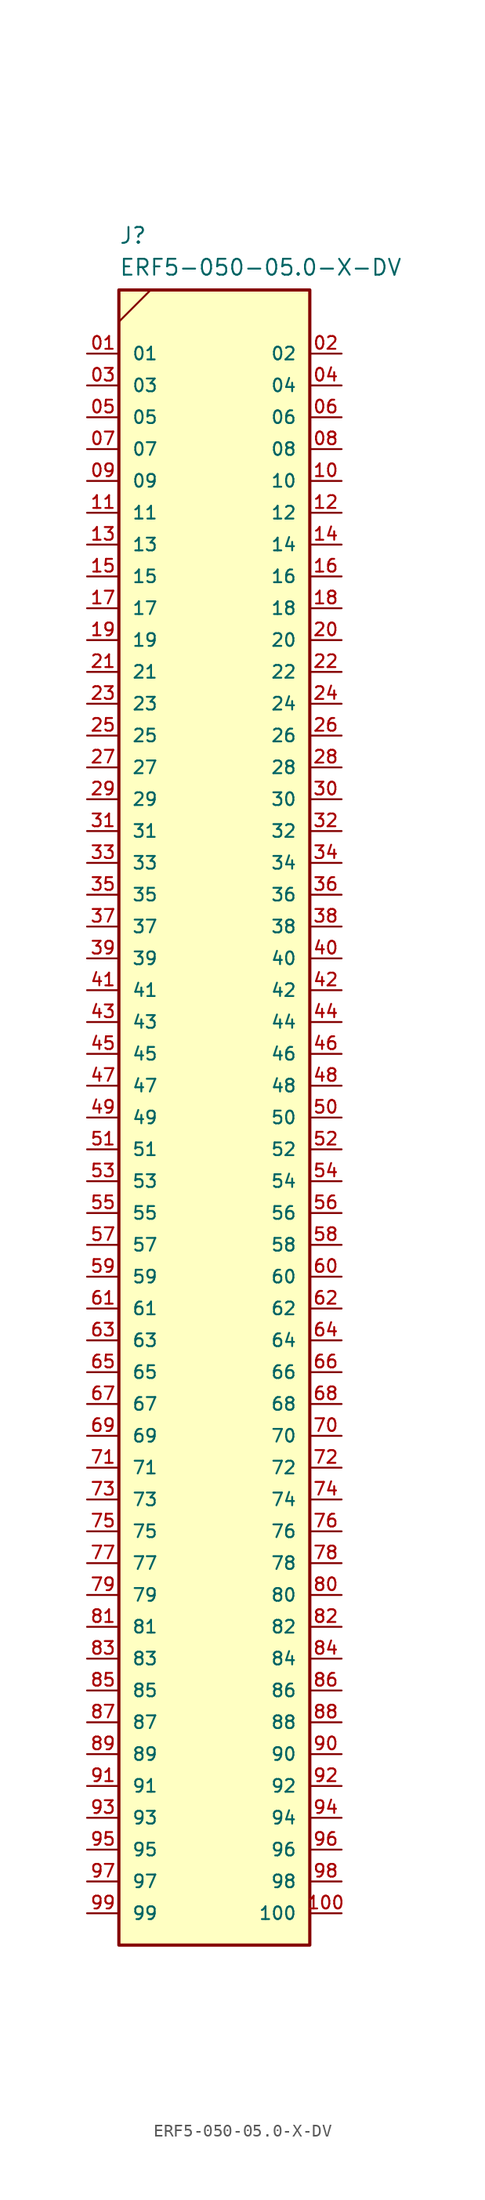
<source format=kicad_sym>
(kicad_symbol_lib
  (version 20241209)
  (generator "kicad_symbol_editor")
  (generator_version "9.0")
  (symbol "ERF5-050-05.0-X-DV"
    (pin_names
      (offset 1.016))
    (property "Reference" "J"
      (at 2.54 10.16 0)
      (effects (font (size 1.27 1.27)) (justify left top)))
    (property "Value" "ERF5-050-05.0-X-DV"
      (at 2.54 7.62 0)
      (effects (font (size 1.27 1.27)) (justify left top)))
    (symbol "ERF5-050-05.0-X-DV_0_0"
      (rectangle (start 2.54 5.08) (end 17.78 -127) (stroke (width 0.254) (type default)) (fill (type background)))
      (pin passive line (at 0 0 0) (length 2.54) (name "01" (effects (font (size 1.016 1.016)))) (number "01" (effects (font (size 1.016 1.016)))))
      (pin passive line (at 0 -2.54 0) (length 2.54) (name "03" (effects (font (size 1.016 1.016)))) (number "03" (effects (font (size 1.016 1.016)))))
      (pin passive line (at 0 -5.08 0) (length 2.54) (name "05" (effects (font (size 1.016 1.016)))) (number "05" (effects (font (size 1.016 1.016)))))
      (pin passive line (at 0 -7.62 0) (length 2.54) (name "07" (effects (font (size 1.016 1.016)))) (number "07" (effects (font (size 1.016 1.016)))))
      (pin passive line (at 0 -10.16 0) (length 2.54) (name "09" (effects (font (size 1.016 1.016)))) (number "09" (effects (font (size 1.016 1.016)))))
      (pin passive line (at 0 -12.7 0) (length 2.54) (name "11" (effects (font (size 1.016 1.016)))) (number "11" (effects (font (size 1.016 1.016)))))
      (pin passive line (at 0 -15.24 0) (length 2.54) (name "13" (effects (font (size 1.016 1.016)))) (number "13" (effects (font (size 1.016 1.016)))))
      (pin passive line (at 0 -17.78 0) (length 2.54) (name "15" (effects (font (size 1.016 1.016)))) (number "15" (effects (font (size 1.016 1.016)))))
      (pin passive line (at 0 -20.32 0) (length 2.54) (name "17" (effects (font (size 1.016 1.016)))) (number "17" (effects (font (size 1.016 1.016)))))
      (pin passive line (at 0 -22.86 0) (length 2.54) (name "19" (effects (font (size 1.016 1.016)))) (number "19" (effects (font (size 1.016 1.016)))))
      (pin passive line (at 0 -25.4 0) (length 2.54) (name "21" (effects (font (size 1.016 1.016)))) (number "21" (effects (font (size 1.016 1.016)))))
      (pin passive line (at 0 -27.94 0) (length 2.54) (name "23" (effects (font (size 1.016 1.016)))) (number "23" (effects (font (size 1.016 1.016)))))
      (pin passive line (at 0 -30.48 0) (length 2.54) (name "25" (effects (font (size 1.016 1.016)))) (number "25" (effects (font (size 1.016 1.016)))))
      (pin passive line (at 0 -33.02 0) (length 2.54) (name "27" (effects (font (size 1.016 1.016)))) (number "27" (effects (font (size 1.016 1.016)))))
      (pin passive line (at 0 -35.56 0) (length 2.54) (name "29" (effects (font (size 1.016 1.016)))) (number "29" (effects (font (size 1.016 1.016)))))
      (pin passive line (at 0 -38.1 0) (length 2.54) (name "31" (effects (font (size 1.016 1.016)))) (number "31" (effects (font (size 1.016 1.016)))))
      (pin passive line (at 0 -40.64 0) (length 2.54) (name "33" (effects (font (size 1.016 1.016)))) (number "33" (effects (font (size 1.016 1.016)))))
      (pin passive line (at 0 -43.18 0) (length 2.54) (name "35" (effects (font (size 1.016 1.016)))) (number "35" (effects (font (size 1.016 1.016)))))
      (pin passive line (at 0 -45.72 0) (length 2.54) (name "37" (effects (font (size 1.016 1.016)))) (number "37" (effects (font (size 1.016 1.016)))))
      (pin passive line (at 0 -48.26 0) (length 2.54) (name "39" (effects (font (size 1.016 1.016)))) (number "39" (effects (font (size 1.016 1.016)))))
      (pin passive line (at 0 -50.8 0) (length 2.54) (name "41" (effects (font (size 1.016 1.016)))) (number "41" (effects (font (size 1.016 1.016)))))
      (pin passive line (at 0 -53.34 0) (length 2.54) (name "43" (effects (font (size 1.016 1.016)))) (number "43" (effects (font (size 1.016 1.016)))))
      (pin passive line (at 0 -55.88 0) (length 2.54) (name "45" (effects (font (size 1.016 1.016)))) (number "45" (effects (font (size 1.016 1.016)))))
      (pin passive line (at 0 -58.42 0) (length 2.54) (name "47" (effects (font (size 1.016 1.016)))) (number "47" (effects (font (size 1.016 1.016)))))
      (pin passive line (at 0 -60.96 0) (length 2.54) (name "49" (effects (font (size 1.016 1.016)))) (number "49" (effects (font (size 1.016 1.016)))))
      (pin passive line (at 0 -63.5 0) (length 2.54) (name "51" (effects (font (size 1.016 1.016)))) (number "51" (effects (font (size 1.016 1.016)))))
      (pin passive line (at 0 -66.04 0) (length 2.54) (name "53" (effects (font (size 1.016 1.016)))) (number "53" (effects (font (size 1.016 1.016)))))
      (pin passive line (at 0 -68.58 0) (length 2.54) (name "55" (effects (font (size 1.016 1.016)))) (number "55" (effects (font (size 1.016 1.016)))))
      (pin passive line (at 0 -71.12 0) (length 2.54) (name "57" (effects (font (size 1.016 1.016)))) (number "57" (effects (font (size 1.016 1.016)))))
      (pin passive line (at 0 -73.66 0) (length 2.54) (name "59" (effects (font (size 1.016 1.016)))) (number "59" (effects (font (size 1.016 1.016)))))
      (pin passive line (at 0 -76.2 0) (length 2.54) (name "61" (effects (font (size 1.016 1.016)))) (number "61" (effects (font (size 1.016 1.016)))))
      (pin passive line (at 0 -78.74 0) (length 2.54) (name "63" (effects (font (size 1.016 1.016)))) (number "63" (effects (font (size 1.016 1.016)))))
      (pin passive line (at 0 -81.28 0) (length 2.54) (name "65" (effects (font (size 1.016 1.016)))) (number "65" (effects (font (size 1.016 1.016)))))
      (pin passive line (at 0 -83.82 0) (length 2.54) (name "67" (effects (font (size 1.016 1.016)))) (number "67" (effects (font (size 1.016 1.016)))))
      (pin passive line (at 0 -86.36 0) (length 2.54) (name "69" (effects (font (size 1.016 1.016)))) (number "69" (effects (font (size 1.016 1.016)))))
      (pin passive line (at 0 -88.9 0) (length 2.54) (name "71" (effects (font (size 1.016 1.016)))) (number "71" (effects (font (size 1.016 1.016)))))
      (pin passive line (at 0 -91.44 0) (length 2.54) (name "73" (effects (font (size 1.016 1.016)))) (number "73" (effects (font (size 1.016 1.016)))))
      (pin passive line (at 0 -93.98 0) (length 2.54) (name "75" (effects (font (size 1.016 1.016)))) (number "75" (effects (font (size 1.016 1.016)))))
      (pin passive line (at 0 -96.52 0) (length 2.54) (name "77" (effects (font (size 1.016 1.016)))) (number "77" (effects (font (size 1.016 1.016)))))
      (pin passive line (at 0 -99.06 0) (length 2.54) (name "79" (effects (font (size 1.016 1.016)))) (number "79" (effects (font (size 1.016 1.016)))))
      (pin passive line (at 0 -101.6 0) (length 2.54) (name "81" (effects (font (size 1.016 1.016)))) (number "81" (effects (font (size 1.016 1.016)))))
      (pin passive line (at 0 -104.14 0) (length 2.54) (name "83" (effects (font (size 1.016 1.016)))) (number "83" (effects (font (size 1.016 1.016)))))
      (pin passive line (at 0 -106.68 0) (length 2.54) (name "85" (effects (font (size 1.016 1.016)))) (number "85" (effects (font (size 1.016 1.016)))))
      (pin passive line (at 0 -109.22 0) (length 2.54) (name "87" (effects (font (size 1.016 1.016)))) (number "87" (effects (font (size 1.016 1.016)))))
      (pin passive line (at 0 -111.76 0) (length 2.54) (name "89" (effects (font (size 1.016 1.016)))) (number "89" (effects (font (size 1.016 1.016)))))
      (pin passive line (at 0 -114.3 0) (length 2.54) (name "91" (effects (font (size 1.016 1.016)))) (number "91" (effects (font (size 1.016 1.016)))))
      (pin passive line (at 0 -116.84 0) (length 2.54) (name "93" (effects (font (size 1.016 1.016)))) (number "93" (effects (font (size 1.016 1.016)))))
      (pin passive line (at 0 -119.38 0) (length 2.54) (name "95" (effects (font (size 1.016 1.016)))) (number "95" (effects (font (size 1.016 1.016)))))
      (pin passive line (at 0 -121.92 0) (length 2.54) (name "97" (effects (font (size 1.016 1.016)))) (number "97" (effects (font (size 1.016 1.016)))))
      (pin passive line (at 0 -124.46 0) (length 2.54) (name "99" (effects (font (size 1.016 1.016)))) (number "99" (effects (font (size 1.016 1.016)))))
      (pin passive line (at 20.32 0 180) (length 2.54) (name "02" (effects (font (size 1.016 1.016)))) (number "02" (effects (font (size 1.016 1.016)))))
      (pin passive line (at 20.32 -2.54 180) (length 2.54) (name "04" (effects (font (size 1.016 1.016)))) (number "04" (effects (font (size 1.016 1.016)))))
      (pin passive line (at 20.32 -5.08 180) (length 2.54) (name "06" (effects (font (size 1.016 1.016)))) (number "06" (effects (font (size 1.016 1.016)))))
      (pin passive line (at 20.32 -7.62 180) (length 2.54) (name "08" (effects (font (size 1.016 1.016)))) (number "08" (effects (font (size 1.016 1.016)))))
      (pin passive line (at 20.32 -10.16 180) (length 2.54) (name "10" (effects (font (size 1.016 1.016)))) (number "10" (effects (font (size 1.016 1.016)))))
      (pin passive line (at 20.32 -12.7 180) (length 2.54) (name "12" (effects (font (size 1.016 1.016)))) (number "12" (effects (font (size 1.016 1.016)))))
      (pin passive line (at 20.32 -15.24 180) (length 2.54) (name "14" (effects (font (size 1.016 1.016)))) (number "14" (effects (font (size 1.016 1.016)))))
      (pin passive line (at 20.32 -17.78 180) (length 2.54) (name "16" (effects (font (size 1.016 1.016)))) (number "16" (effects (font (size 1.016 1.016)))))
      (pin passive line (at 20.32 -20.32 180) (length 2.54) (name "18" (effects (font (size 1.016 1.016)))) (number "18" (effects (font (size 1.016 1.016)))))
      (pin passive line (at 20.32 -22.86 180) (length 2.54) (name "20" (effects (font (size 1.016 1.016)))) (number "20" (effects (font (size 1.016 1.016)))))
      (pin passive line (at 20.32 -25.4 180) (length 2.54) (name "22" (effects (font (size 1.016 1.016)))) (number "22" (effects (font (size 1.016 1.016)))))
      (pin passive line (at 20.32 -27.94 180) (length 2.54) (name "24" (effects (font (size 1.016 1.016)))) (number "24" (effects (font (size 1.016 1.016)))))
      (pin passive line (at 20.32 -30.48 180) (length 2.54) (name "26" (effects (font (size 1.016 1.016)))) (number "26" (effects (font (size 1.016 1.016)))))
      (pin passive line (at 20.32 -33.02 180) (length 2.54) (name "28" (effects (font (size 1.016 1.016)))) (number "28" (effects (font (size 1.016 1.016)))))
      (pin passive line (at 20.32 -35.56 180) (length 2.54) (name "30" (effects (font (size 1.016 1.016)))) (number "30" (effects (font (size 1.016 1.016)))))
      (pin passive line (at 20.32 -38.1 180) (length 2.54) (name "32" (effects (font (size 1.016 1.016)))) (number "32" (effects (font (size 1.016 1.016)))))
      (pin passive line (at 20.32 -40.64 180) (length 2.54) (name "34" (effects (font (size 1.016 1.016)))) (number "34" (effects (font (size 1.016 1.016)))))
      (pin passive line (at 20.32 -43.18 180) (length 2.54) (name "36" (effects (font (size 1.016 1.016)))) (number "36" (effects (font (size 1.016 1.016)))))
      (pin passive line (at 20.32 -45.72 180) (length 2.54) (name "38" (effects (font (size 1.016 1.016)))) (number "38" (effects (font (size 1.016 1.016)))))
      (pin passive line (at 20.32 -48.26 180) (length 2.54) (name "40" (effects (font (size 1.016 1.016)))) (number "40" (effects (font (size 1.016 1.016)))))
      (pin passive line (at 20.32 -50.8 180) (length 2.54) (name "42" (effects (font (size 1.016 1.016)))) (number "42" (effects (font (size 1.016 1.016)))))
      (pin passive line (at 20.32 -53.34 180) (length 2.54) (name "44" (effects (font (size 1.016 1.016)))) (number "44" (effects (font (size 1.016 1.016)))))
      (pin passive line (at 20.32 -55.88 180) (length 2.54) (name "46" (effects (font (size 1.016 1.016)))) (number "46" (effects (font (size 1.016 1.016)))))
      (pin passive line (at 20.32 -58.42 180) (length 2.54) (name "48" (effects (font (size 1.016 1.016)))) (number "48" (effects (font (size 1.016 1.016)))))
      (pin passive line (at 20.32 -60.96 180) (length 2.54) (name "50" (effects (font (size 1.016 1.016)))) (number "50" (effects (font (size 1.016 1.016)))))
      (pin passive line (at 20.32 -63.5 180) (length 2.54) (name "52" (effects (font (size 1.016 1.016)))) (number "52" (effects (font (size 1.016 1.016)))))
      (pin passive line (at 20.32 -66.04 180) (length 2.54) (name "54" (effects (font (size 1.016 1.016)))) (number "54" (effects (font (size 1.016 1.016)))))
      (pin passive line (at 20.32 -68.58 180) (length 2.54) (name "56" (effects (font (size 1.016 1.016)))) (number "56" (effects (font (size 1.016 1.016)))))
      (pin passive line (at 20.32 -71.12 180) (length 2.54) (name "58" (effects (font (size 1.016 1.016)))) (number "58" (effects (font (size 1.016 1.016)))))
      (pin passive line (at 20.32 -73.66 180) (length 2.54) (name "60" (effects (font (size 1.016 1.016)))) (number "60" (effects (font (size 1.016 1.016)))))
      (pin passive line (at 20.32 -76.2 180) (length 2.54) (name "62" (effects (font (size 1.016 1.016)))) (number "62" (effects (font (size 1.016 1.016)))))
      (pin passive line (at 20.32 -78.74 180) (length 2.54) (name "64" (effects (font (size 1.016 1.016)))) (number "64" (effects (font (size 1.016 1.016)))))
      (pin passive line (at 20.32 -81.28 180) (length 2.54) (name "66" (effects (font (size 1.016 1.016)))) (number "66" (effects (font (size 1.016 1.016)))))
      (pin passive line (at 20.32 -83.82 180) (length 2.54) (name "68" (effects (font (size 1.016 1.016)))) (number "68" (effects (font (size 1.016 1.016)))))
      (pin passive line (at 20.32 -86.36 180) (length 2.54) (name "70" (effects (font (size 1.016 1.016)))) (number "70" (effects (font (size 1.016 1.016)))))
      (pin passive line (at 20.32 -88.9 180) (length 2.54) (name "72" (effects (font (size 1.016 1.016)))) (number "72" (effects (font (size 1.016 1.016)))))
      (pin passive line (at 20.32 -91.44 180) (length 2.54) (name "74" (effects (font (size 1.016 1.016)))) (number "74" (effects (font (size 1.016 1.016)))))
      (pin passive line (at 20.32 -93.98 180) (length 2.54) (name "76" (effects (font (size 1.016 1.016)))) (number "76" (effects (font (size 1.016 1.016)))))
      (pin passive line (at 20.32 -96.52 180) (length 2.54) (name "78" (effects (font (size 1.016 1.016)))) (number "78" (effects (font (size 1.016 1.016)))))
      (pin passive line (at 20.32 -99.06 180) (length 2.54) (name "80" (effects (font (size 1.016 1.016)))) (number "80" (effects (font (size 1.016 1.016)))))
      (pin passive line (at 20.32 -101.6 180) (length 2.54) (name "82" (effects (font (size 1.016 1.016)))) (number "82" (effects (font (size 1.016 1.016)))))
      (pin passive line (at 20.32 -104.14 180) (length 2.54) (name "84" (effects (font (size 1.016 1.016)))) (number "84" (effects (font (size 1.016 1.016)))))
      (pin passive line (at 20.32 -106.68 180) (length 2.54) (name "86" (effects (font (size 1.016 1.016)))) (number "86" (effects (font (size 1.016 1.016)))))
      (pin passive line (at 20.32 -109.22 180) (length 2.54) (name "88" (effects (font (size 1.016 1.016)))) (number "88" (effects (font (size 1.016 1.016)))))
      (pin passive line (at 20.32 -111.76 180) (length 2.54) (name "90" (effects (font (size 1.016 1.016)))) (number "90" (effects (font (size 1.016 1.016)))))
      (pin passive line (at 20.32 -114.3 180) (length 2.54) (name "92" (effects (font (size 1.016 1.016)))) (number "92" (effects (font (size 1.016 1.016)))))
      (pin passive line (at 20.32 -116.84 180) (length 2.54) (name "94" (effects (font (size 1.016 1.016)))) (number "94" (effects (font (size 1.016 1.016)))))
      (pin passive line (at 20.32 -119.38 180) (length 2.54) (name "96" (effects (font (size 1.016 1.016)))) (number "96" (effects (font (size 1.016 1.016)))))
      (pin passive line (at 20.32 -121.92 180) (length 2.54) (name "98" (effects (font (size 1.016 1.016)))) (number "98" (effects (font (size 1.016 1.016)))))
      (pin passive line (at 20.32 -124.46 180) (length 2.54) (name "100" (effects (font (size 1.016 1.016)))) (number "100" (effects (font (size 1.016 1.016))))))
    (symbol "ERF5-050-05.0-X-DV_0_1"
      (polyline (pts (xy 5.08 5.08) (xy 2.54 2.54)) (stroke (width 0) (type default)) (fill (type none))))))
</source>
